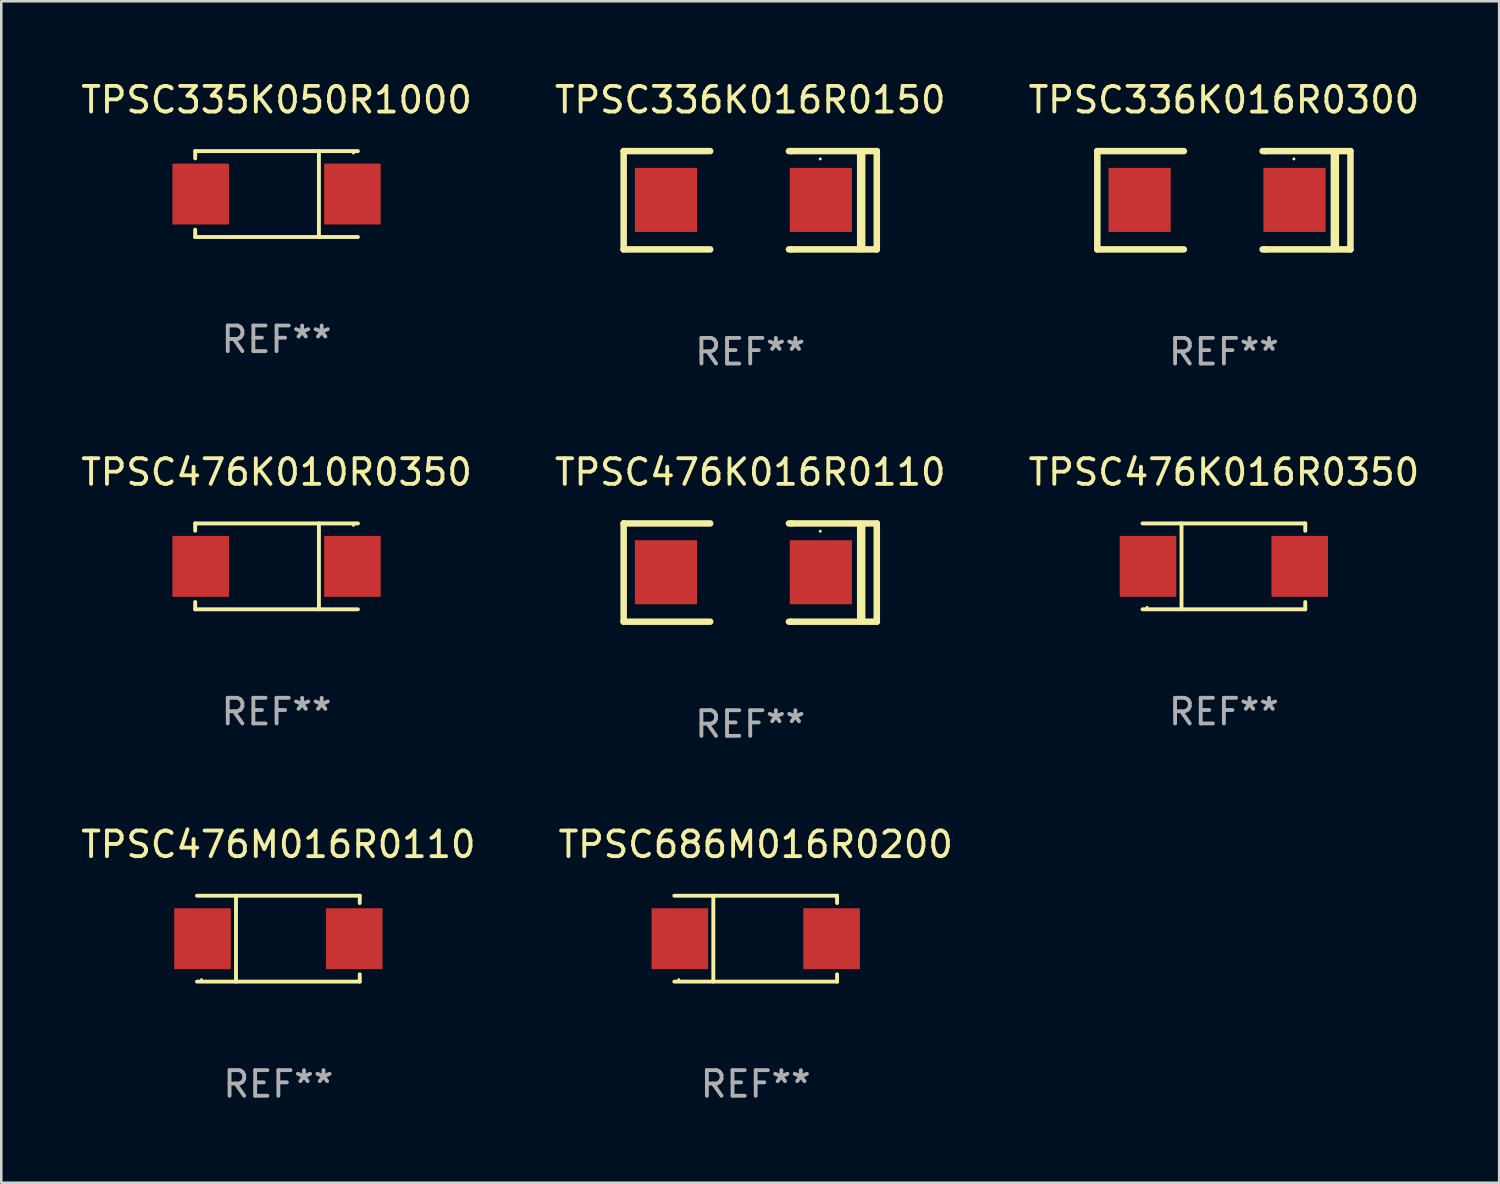
<source format=kicad_pcb>
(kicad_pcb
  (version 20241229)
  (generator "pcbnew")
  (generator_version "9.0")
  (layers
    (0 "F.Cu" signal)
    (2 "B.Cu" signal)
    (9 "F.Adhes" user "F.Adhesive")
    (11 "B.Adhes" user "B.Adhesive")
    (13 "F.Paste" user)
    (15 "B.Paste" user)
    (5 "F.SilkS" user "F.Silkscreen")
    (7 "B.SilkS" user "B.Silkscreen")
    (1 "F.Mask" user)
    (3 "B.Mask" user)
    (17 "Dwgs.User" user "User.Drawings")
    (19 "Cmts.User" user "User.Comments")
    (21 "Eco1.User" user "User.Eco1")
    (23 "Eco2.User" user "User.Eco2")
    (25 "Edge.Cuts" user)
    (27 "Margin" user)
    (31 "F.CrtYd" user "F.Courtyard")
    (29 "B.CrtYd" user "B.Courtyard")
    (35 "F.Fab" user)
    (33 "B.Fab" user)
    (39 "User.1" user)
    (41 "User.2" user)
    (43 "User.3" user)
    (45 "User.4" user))
  (footprint "TPSC336K016R0300"
    (layer "F.Cu")
    (at 44.72 4.766)
    (property "Reference" "TPSC336K016R0300" (at 0 -3.918 0) (layer "F.SilkS") (effects (font (size 1 1) (thickness 0.15))))
    (attr through_hole)
    (fp_line (start -4.94 -1.918) (end -1.562 -1.918) (stroke (width 0.254) (type solid)) (layer "F.SilkS"))
    (fp_line (start -4.94 1.918) (end -4.94 -1.918) (stroke (width 0.254) (type solid)) (layer "F.SilkS"))
    (fp_line (start -1.562 1.918) (end -4.94 1.918) (stroke (width 0.254) (type solid)) (layer "F.SilkS"))
    (fp_line (start 1.511 -1.918) (end 1.613 -1.918) (stroke (width 0.254) (type solid)) (layer "F.SilkS"))
    (fp_line (start 1.613 -1.918) (end 4.94 -1.918) (stroke (width 0.254) (type solid)) (layer "F.SilkS"))
    (fp_line (start 1.613 1.918) (end 1.511 1.918) (stroke (width 0.254) (type solid)) (layer "F.SilkS"))
    (fp_line (start 4.331 1.867) (end 4.331 -1.867) (stroke (width 0.33) (type solid)) (layer "F.SilkS"))
    (fp_line (start 4.94 -1.918) (end 4.94 1.918) (stroke (width 0.254) (type solid)) (layer "F.SilkS"))
    (fp_line (start 4.94 1.918) (end 1.613 1.918) (stroke (width 0.254) (type solid)) (layer "F.SilkS"))
    (fp_circle (center 2.733 -1.613) (end 2.763 -1.613) (stroke (width 0.06) (type solid)) (fill no) (layer "F.SilkS"))
    (fp_text user "REF**" (at 0 5.918 0) (layer "F.Fab") (effects (font (size 1 1) (thickness 0.15))))
    (pad "1" smd rect (at 2.756 -0.013 180) (size 2.426 2.5) (layers "F.Cu" "F.Mask" "F.Paste"))
    (pad "2" smd rect (at -3.289 -0.013 180) (size 2.426 2.5) (layers "F.Cu" "F.Mask" "F.Paste")))
  (footprint "TPSC476K010R0350"
    (layer "F.Cu")
    (at 7.744 19.056)
    (property "Reference" "TPSC476K010R0350" (at 0 -3.676 0) (layer "F.SilkS") (effects (font (size 1 1) (thickness 0.15))))
    (attr through_hole)
    (fp_line (start -3.176 -1.676) (end -3.176 -1.391) (stroke (width 0.152) (type solid)) (layer "F.SilkS"))
    (fp_line (start -3.176 -1.676) (end 3.176 -1.676) (stroke (width 0.152) (type solid)) (layer "F.SilkS"))
    (fp_line (start -3.176 1.676) (end -3.176 1.391) (stroke (width 0.152) (type solid)) (layer "F.SilkS"))
    (fp_line (start -3.176 1.676) (end 3.176 1.676) (stroke (width 0.152) (type solid)) (layer "F.SilkS"))
    (fp_line (start 1.654 -1.676) (end 1.654 1.676) (stroke (width 0.152) (type solid)) (layer "F.SilkS"))
    (fp_circle (center 3 -1.6) (end 3.03 -1.6) (stroke (width 0.06) (type solid)) (fill no) (layer "F.SilkS"))
    (fp_text user "REF**" (at 0 5.676 0) (layer "F.Fab") (effects (font (size 1 1) (thickness 0.15))))
    (pad "1" smd rect (at 2.961 0) (size 2.207 2.376) (layers "F.Cu" "F.Mask" "F.Paste"))
    (pad "2" smd rect (at -2.961 0) (size 2.207 2.376) (layers "F.Cu" "F.Mask" "F.Paste")))
  (footprint "TPSC686M016R0200"
    (layer "F.Cu")
    (at 26.446 33.588)
    (property "Reference" "TPSC686M016R0200" (at 0 -3.676 0) (layer "F.SilkS") (effects (font (size 1 1) (thickness 0.15))))
    (attr through_hole)
    (fp_line (start -1.654 1.676) (end -1.654 -1.676) (stroke (width 0.152) (type solid)) (layer "F.SilkS"))
    (fp_line (start 3.176 -1.676) (end -3.176 -1.676) (stroke (width 0.152) (type solid)) (layer "F.SilkS"))
    (fp_line (start 3.176 -1.676) (end 3.176 -1.391) (stroke (width 0.152) (type solid)) (layer "F.SilkS"))
    (fp_line (start 3.176 1.676) (end -3.176 1.676) (stroke (width 0.152) (type solid)) (layer "F.SilkS"))
    (fp_line (start 3.176 1.676) (end 3.176 1.391) (stroke (width 0.152) (type solid)) (layer "F.SilkS"))
    (fp_circle (center -3 1.6) (end -2.97 1.6) (stroke (width 0.06) (type solid)) (fill no) (layer "F.SilkS"))
    (fp_text user "REF**" (at 0 5.676 0) (layer "F.Fab") (effects (font (size 1 1) (thickness 0.15))))
    (pad "1" smd rect (at -2.961 -0.000051 180) (size 2.207 2.376) (layers "F.Cu" "F.Mask" "F.Paste"))
    (pad "2" smd rect (at 2.961 -0.000051 180) (size 2.207 2.376) (layers "F.Cu" "F.Mask" "F.Paste")))
  (footprint "TPSC476M016R0110"
    (layer "F.Cu")
    (at 7.815 33.588)
    (property "Reference" "TPSC476M016R0110" (at 0 -3.676 0) (layer "F.SilkS") (effects (font (size 1 1) (thickness 0.15))))
    (attr through_hole)
    (fp_line (start -1.654 1.676) (end -1.654 -1.676) (stroke (width 0.152) (type solid)) (layer "F.SilkS"))
    (fp_line (start 3.176 -1.676) (end -3.176 -1.676) (stroke (width 0.152) (type solid)) (layer "F.SilkS"))
    (fp_line (start 3.176 -1.676) (end 3.176 -1.391) (stroke (width 0.152) (type solid)) (layer "F.SilkS"))
    (fp_line (start 3.176 1.676) (end -3.176 1.676) (stroke (width 0.152) (type solid)) (layer "F.SilkS"))
    (fp_line (start 3.176 1.676) (end 3.176 1.391) (stroke (width 0.152) (type solid)) (layer "F.SilkS"))
    (fp_circle (center -3 1.6) (end -2.97 1.6) (stroke (width 0.06) (type solid)) (fill no) (layer "F.SilkS"))
    (fp_text user "REF**" (at 0 5.676 0) (layer "F.Fab") (effects (font (size 1 1) (thickness 0.15))))
    (pad "1" smd rect (at -2.961 -0.000051 180) (size 2.207 2.376) (layers "F.Cu" "F.Mask" "F.Paste"))
    (pad "2" smd rect (at 2.961 -0.000051 180) (size 2.207 2.376) (layers "F.Cu" "F.Mask" "F.Paste")))
  (footprint "TPSC335K050R1000"
    (layer "F.Cu")
    (at 7.744 4.524)
    (property "Reference" "TPSC335K050R1000" (at 0 -3.676 0) (layer "F.SilkS") (effects (font (size 1 1) (thickness 0.15))))
    (attr through_hole)
    (fp_line (start -3.176 -1.676) (end -3.176 -1.391) (stroke (width 0.152) (type solid)) (layer "F.SilkS"))
    (fp_line (start -3.176 -1.676) (end 3.176 -1.676) (stroke (width 0.152) (type solid)) (layer "F.SilkS"))
    (fp_line (start -3.176 1.676) (end -3.176 1.391) (stroke (width 0.152) (type solid)) (layer "F.SilkS"))
    (fp_line (start -3.176 1.676) (end 3.176 1.676) (stroke (width 0.152) (type solid)) (layer "F.SilkS"))
    (fp_line (start 1.654 -1.676) (end 1.654 1.676) (stroke (width 0.152) (type solid)) (layer "F.SilkS"))
    (fp_circle (center 3 -1.6) (end 3.03 -1.6) (stroke (width 0.06) (type solid)) (fill no) (layer "F.SilkS"))
    (fp_text user "REF**" (at 0 5.676 0) (layer "F.Fab") (effects (font (size 1 1) (thickness 0.15))))
    (pad "1" smd rect (at 2.961 0) (size 2.207 2.376) (layers "F.Cu" "F.Mask" "F.Paste"))
    (pad "2" smd rect (at -2.961 0) (size 2.207 2.376) (layers "F.Cu" "F.Mask" "F.Paste")))
  (footprint "TPSC336K016R0150"
    (layer "F.Cu")
    (at 26.232 4.766)
    (property "Reference" "TPSC336K016R0150" (at 0 -3.918 0) (layer "F.SilkS") (effects (font (size 1 1) (thickness 0.15))))
    (attr through_hole)
    (fp_line (start -4.94 -1.918) (end -1.562 -1.918) (stroke (width 0.254) (type solid)) (layer "F.SilkS"))
    (fp_line (start -4.94 1.918) (end -4.94 -1.918) (stroke (width 0.254) (type solid)) (layer "F.SilkS"))
    (fp_line (start -1.562 1.918) (end -4.94 1.918) (stroke (width 0.254) (type solid)) (layer "F.SilkS"))
    (fp_line (start 1.511 -1.918) (end 1.613 -1.918) (stroke (width 0.254) (type solid)) (layer "F.SilkS"))
    (fp_line (start 1.613 -1.918) (end 4.94 -1.918) (stroke (width 0.254) (type solid)) (layer "F.SilkS"))
    (fp_line (start 1.613 1.918) (end 1.511 1.918) (stroke (width 0.254) (type solid)) (layer "F.SilkS"))
    (fp_line (start 4.331 1.867) (end 4.331 -1.867) (stroke (width 0.33) (type solid)) (layer "F.SilkS"))
    (fp_line (start 4.94 -1.918) (end 4.94 1.918) (stroke (width 0.254) (type solid)) (layer "F.SilkS"))
    (fp_line (start 4.94 1.918) (end 1.613 1.918) (stroke (width 0.254) (type solid)) (layer "F.SilkS"))
    (fp_circle (center 2.733 -1.613) (end 2.763 -1.613) (stroke (width 0.06) (type solid)) (fill no) (layer "F.SilkS"))
    (fp_text user "REF**" (at 0 5.918 0) (layer "F.Fab") (effects (font (size 1 1) (thickness 0.15))))
    (pad "1" smd rect (at 2.756 -0.013 180) (size 2.426 2.5) (layers "F.Cu" "F.Mask" "F.Paste"))
    (pad "2" smd rect (at -3.289 -0.013 180) (size 2.426 2.5) (layers "F.Cu" "F.Mask" "F.Paste")))
  (footprint "TPSC476K016R0110"
    (layer "F.Cu")
    (at 26.232 19.298)
    (property "Reference" "TPSC476K016R0110" (at 0 -3.918 0) (layer "F.SilkS") (effects (font (size 1 1) (thickness 0.15))))
    (attr through_hole)
    (fp_line (start -4.94 -1.918) (end -1.562 -1.918) (stroke (width 0.254) (type solid)) (layer "F.SilkS"))
    (fp_line (start -4.94 1.918) (end -4.94 -1.918) (stroke (width 0.254) (type solid)) (layer "F.SilkS"))
    (fp_line (start -1.562 1.918) (end -4.94 1.918) (stroke (width 0.254) (type solid)) (layer "F.SilkS"))
    (fp_line (start 1.511 -1.918) (end 1.613 -1.918) (stroke (width 0.254) (type solid)) (layer "F.SilkS"))
    (fp_line (start 1.613 -1.918) (end 4.94 -1.918) (stroke (width 0.254) (type solid)) (layer "F.SilkS"))
    (fp_line (start 1.613 1.918) (end 1.511 1.918) (stroke (width 0.254) (type solid)) (layer "F.SilkS"))
    (fp_line (start 4.331 1.867) (end 4.331 -1.867) (stroke (width 0.33) (type solid)) (layer "F.SilkS"))
    (fp_line (start 4.94 -1.918) (end 4.94 1.918) (stroke (width 0.254) (type solid)) (layer "F.SilkS"))
    (fp_line (start 4.94 1.918) (end 1.613 1.918) (stroke (width 0.254) (type solid)) (layer "F.SilkS"))
    (fp_circle (center 2.733 -1.613) (end 2.763 -1.613) (stroke (width 0.06) (type solid)) (fill no) (layer "F.SilkS"))
    (fp_text user "REF**" (at 0 5.918 0) (layer "F.Fab") (effects (font (size 1 1) (thickness 0.15))))
    (pad "1" smd rect (at 2.756 -0.013 180) (size 2.426 2.5) (layers "F.Cu" "F.Mask" "F.Paste"))
    (pad "2" smd rect (at -3.289 -0.013 180) (size 2.426 2.5) (layers "F.Cu" "F.Mask" "F.Paste")))
  (footprint "TPSC476K016R0350"
    (layer "F.Cu")
    (at 44.72 19.056)
    (property "Reference" "TPSC476K016R0350" (at 0 -3.676 0) (layer "F.SilkS") (effects (font (size 1 1) (thickness 0.15))))
    (attr through_hole)
    (fp_line (start -1.654 1.676) (end -1.654 -1.676) (stroke (width 0.152) (type solid)) (layer "F.SilkS"))
    (fp_line (start 3.176 -1.676) (end -3.176 -1.676) (stroke (width 0.152) (type solid)) (layer "F.SilkS"))
    (fp_line (start 3.176 -1.676) (end 3.176 -1.391) (stroke (width 0.152) (type solid)) (layer "F.SilkS"))
    (fp_line (start 3.176 1.676) (end -3.176 1.676) (stroke (width 0.152) (type solid)) (layer "F.SilkS"))
    (fp_line (start 3.176 1.676) (end 3.176 1.391) (stroke (width 0.152) (type solid)) (layer "F.SilkS"))
    (fp_circle (center -3 1.6) (end -2.97 1.6) (stroke (width 0.06) (type solid)) (fill no) (layer "F.SilkS"))
    (fp_text user "REF**" (at 0 5.676 0) (layer "F.Fab") (effects (font (size 1 1) (thickness 0.15))))
    (pad "1" smd rect (at -2.961 -0.000051 180) (size 2.207 2.376) (layers "F.Cu" "F.Mask" "F.Paste"))
    (pad "2" smd rect (at 2.961 -0.000051 180) (size 2.207 2.376) (layers "F.Cu" "F.Mask" "F.Paste")))
  (gr_rect
    (start -3 -3)
    (end 55.464 43.113)
    (stroke (width 0.1) (type default))
    (fill no)
    (layer "Edge.Cuts")))
</source>
